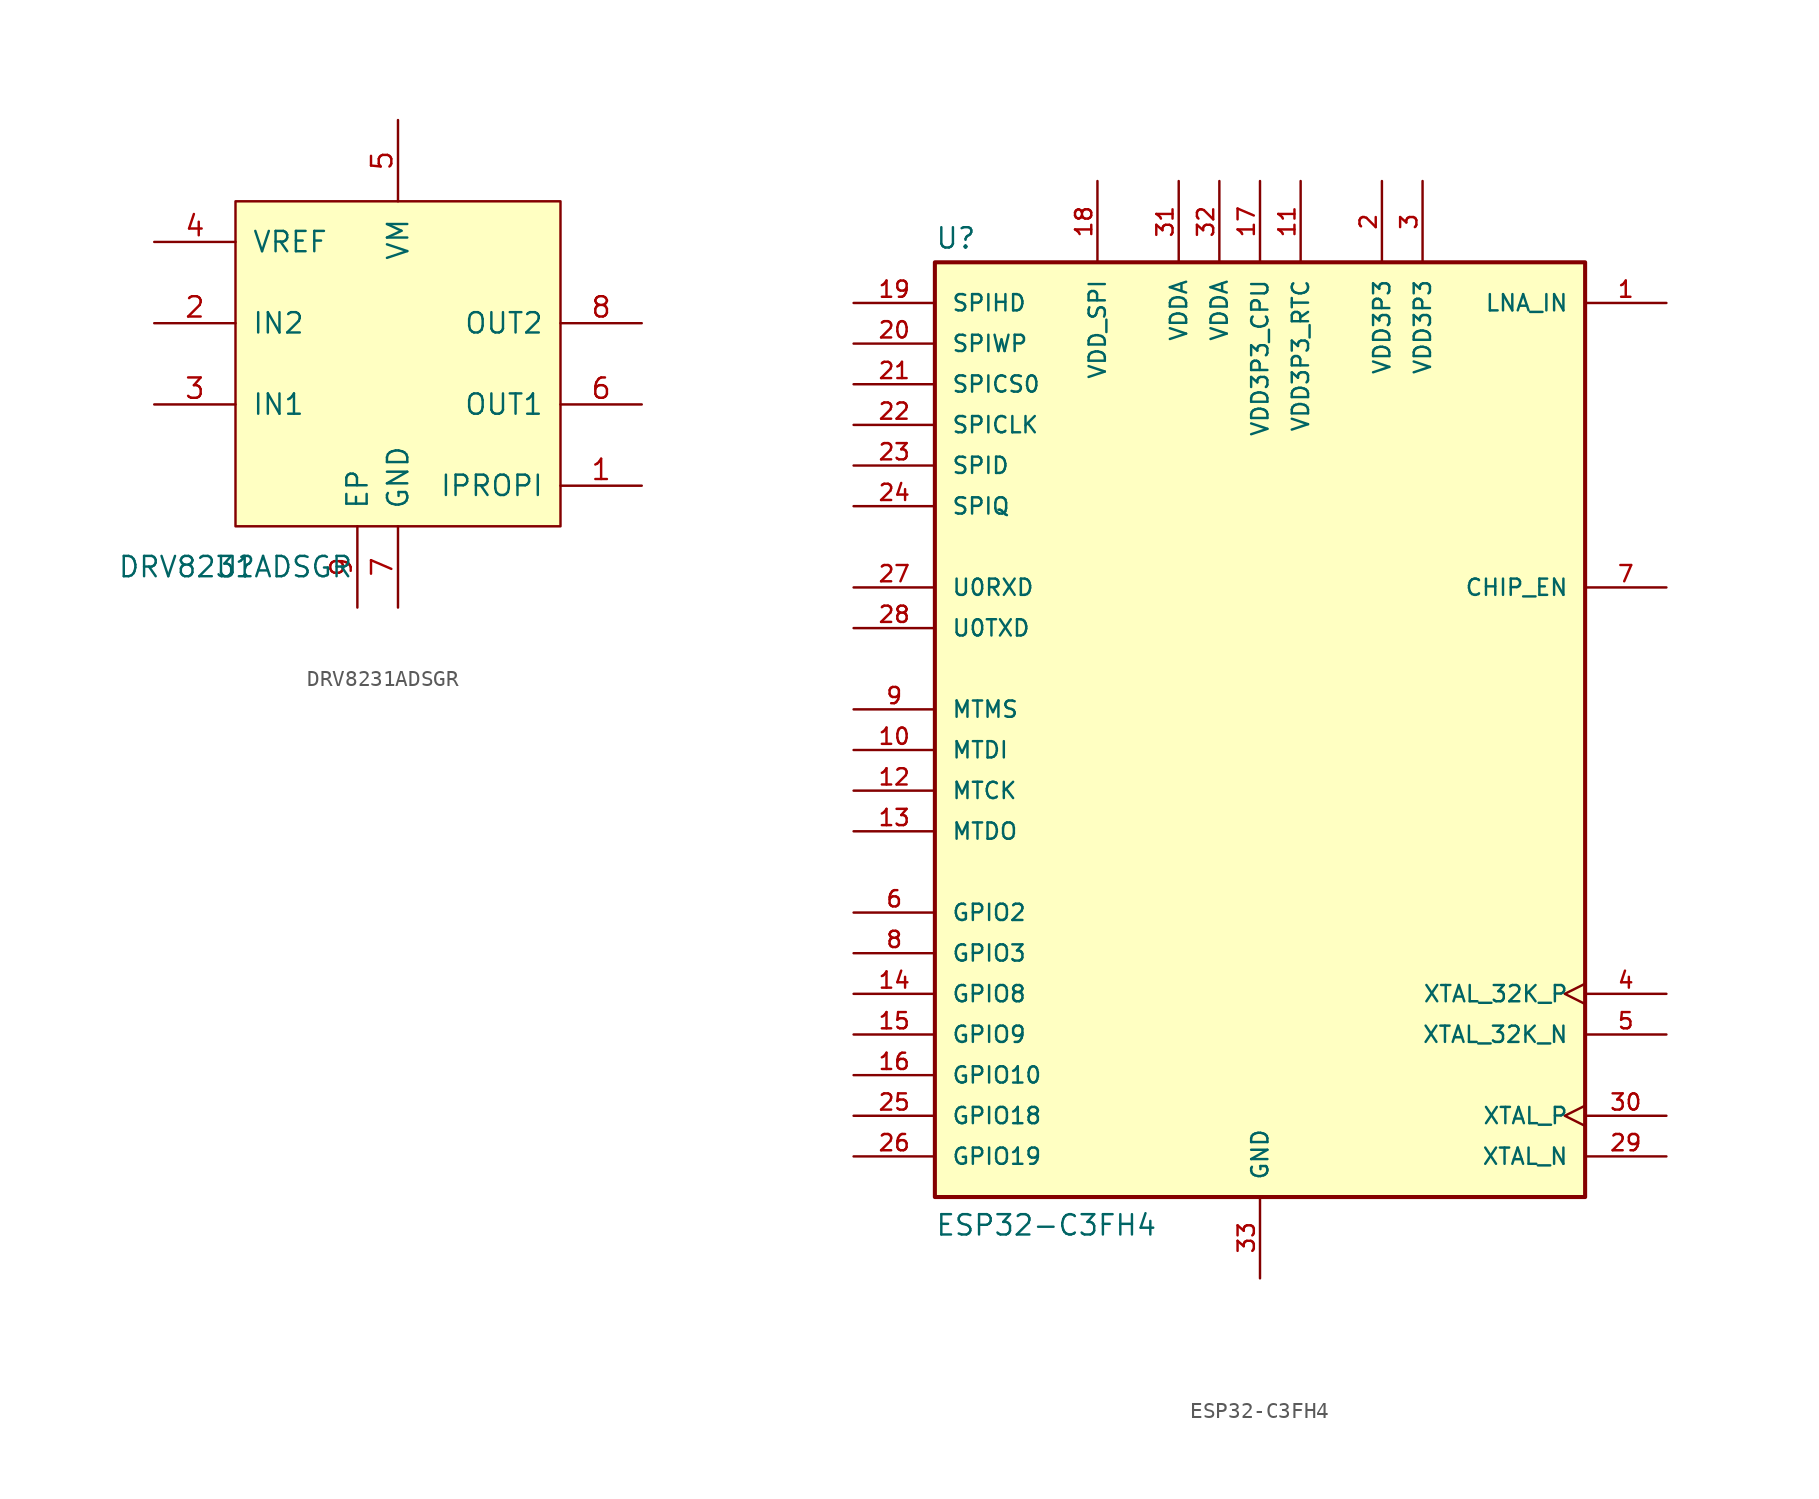
<source format=kicad_sym>
(kicad_symbol_lib
  (version 20231120)
  (generator "kicad_symbol_editor")
  (generator_version "8.0")
  (symbol "DRV8231ADSGR"
    (pin_names
      (offset 1.016))
    (property "Reference" "U"
      (at 0 0 0)
      (effects (font (size 1.27 1.27))))
    (property "Value" "DRV8231ADSGR"
      (at 0 0 0)
      (effects (font (size 1.27 1.27))))
    (symbol "DRV8231ADSGR_1_1"
      (rectangle (start 0 22.86) (end 20.32 2.54) (stroke (width 0) (type default)) (fill (type background)))
      (pin output line (at 25.4 5.08 180) (length 5.08) (name "IPROPI" (effects (font (size 1.27 1.27)))) (number "1" (effects (font (size 1.27 1.27)))))
      (pin input line (at -5.08 15.24 0) (length 5.08) (name "IN2" (effects (font (size 1.27 1.27)))) (number "2" (effects (font (size 1.27 1.27)))))
      (pin input line (at -5.08 10.16 0) (length 5.08) (name "IN1" (effects (font (size 1.27 1.27)))) (number "3" (effects (font (size 1.27 1.27)))))
      (pin input line (at -5.08 20.32 0) (length 5.08) (name "VREF" (effects (font (size 1.27 1.27)))) (number "4" (effects (font (size 1.27 1.27)))))
      (pin input line (at 10.16 27.94 270) (length 5.08) (name "VM" (effects (font (size 1.27 1.27)))) (number "5" (effects (font (size 1.27 1.27)))))
      (pin output line (at 25.4 10.16 180) (length 5.08) (name "OUT1" (effects (font (size 1.27 1.27)))) (number "6" (effects (font (size 1.27 1.27)))))
      (pin passive line (at 10.16 -2.54 90) (length 5.08) (name "GND" (effects (font (size 1.27 1.27)))) (number "7" (effects (font (size 1.27 1.27)))))
      (pin output line (at 25.4 15.24 180) (length 5.08) (name "OUT2" (effects (font (size 1.27 1.27)))) (number "8" (effects (font (size 1.27 1.27)))))
      (pin passive line (at 7.62 -2.54 90) (length 5.08) (name "EP" (effects (font (size 1.27 1.27)))) (number "9" (effects (font (size 1.27 1.27)))))))
  (symbol "ESP32-C3FH4"
    (pin_names
      (offset 1.016))
    (property "Reference" "U"
      (at -17.78 33.782 0)
      (effects (font (size 1.27 1.27)) (justify left bottom)))
    (property "Value" "ESP32-C3FH4"
      (at -17.78 -26.416 0)
      (effects (font (size 1.27 1.27)) (justify left top)))
    (symbol "ESP32-C3FH4_0_0"
      (rectangle (start -17.78 33.02) (end 22.86 -25.4) (stroke (width 0.254) (type default)) (fill (type background)))
      (pin bidirectional line (at 27.94 30.48 180) (length 5.08) (name "LNA_IN" (effects (font (size 1.016 1.016)))) (number "1" (effects (font (size 1.016 1.016)))))
      (pin bidirectional line (at -22.86 2.54 0) (length 5.08) (name "MTDI" (effects (font (size 1.016 1.016)))) (number "10" (effects (font (size 1.016 1.016)))))
      (pin power_in line (at 5.08 38.1 270) (length 5.08) (name "VDD3P3_RTC" (effects (font (size 1.016 1.016)))) (number "11" (effects (font (size 1.016 1.016)))))
      (pin bidirectional line (at -22.86 0 0) (length 5.08) (name "MTCK" (effects (font (size 1.016 1.016)))) (number "12" (effects (font (size 1.016 1.016)))))
      (pin bidirectional line (at -22.86 -2.54 0) (length 5.08) (name "MTDO" (effects (font (size 1.016 1.016)))) (number "13" (effects (font (size 1.016 1.016)))))
      (pin bidirectional line (at -22.86 -12.7 0) (length 5.08) (name "GPIO8" (effects (font (size 1.016 1.016)))) (number "14" (effects (font (size 1.016 1.016)))))
      (pin bidirectional line (at -22.86 -15.24 0) (length 5.08) (name "GPIO9" (effects (font (size 1.016 1.016)))) (number "15" (effects (font (size 1.016 1.016)))))
      (pin bidirectional line (at -22.86 -17.78 0) (length 5.08) (name "GPIO10" (effects (font (size 1.016 1.016)))) (number "16" (effects (font (size 1.016 1.016)))))
      (pin power_in line (at 2.54 38.1 270) (length 5.08) (name "VDD3P3_CPU" (effects (font (size 1.016 1.016)))) (number "17" (effects (font (size 1.016 1.016)))))
      (pin power_in line (at -7.62 38.1 270) (length 5.08) (name "VDD_SPI" (effects (font (size 1.016 1.016)))) (number "18" (effects (font (size 1.016 1.016)))))
      (pin bidirectional line (at -22.86 30.48 0) (length 5.08) (name "SPIHD" (effects (font (size 1.016 1.016)))) (number "19" (effects (font (size 1.016 1.016)))))
      (pin power_in line (at 10.16 38.1 270) (length 5.08) (name "VDD3P3" (effects (font (size 1.016 1.016)))) (number "2" (effects (font (size 1.016 1.016)))))
      (pin bidirectional line (at -22.86 27.94 0) (length 5.08) (name "SPIWP" (effects (font (size 1.016 1.016)))) (number "20" (effects (font (size 1.016 1.016)))))
      (pin bidirectional line (at -22.86 25.4 0) (length 5.08) (name "SPICS0" (effects (font (size 1.016 1.016)))) (number "21" (effects (font (size 1.016 1.016)))))
      (pin bidirectional line (at -22.86 22.86 0) (length 5.08) (name "SPICLK" (effects (font (size 1.016 1.016)))) (number "22" (effects (font (size 1.016 1.016)))))
      (pin bidirectional line (at -22.86 20.32 0) (length 5.08) (name "SPID" (effects (font (size 1.016 1.016)))) (number "23" (effects (font (size 1.016 1.016)))))
      (pin bidirectional line (at -22.86 17.78 0) (length 5.08) (name "SPIQ" (effects (font (size 1.016 1.016)))) (number "24" (effects (font (size 1.016 1.016)))))
      (pin bidirectional line (at -22.86 -20.32 0) (length 5.08) (name "GPIO18" (effects (font (size 1.016 1.016)))) (number "25" (effects (font (size 1.016 1.016)))))
      (pin bidirectional line (at -22.86 -22.86 0) (length 5.08) (name "GPIO19" (effects (font (size 1.016 1.016)))) (number "26" (effects (font (size 1.016 1.016)))))
      (pin bidirectional line (at -22.86 12.7 0) (length 5.08) (name "U0RXD" (effects (font (size 1.016 1.016)))) (number "27" (effects (font (size 1.016 1.016)))))
      (pin bidirectional line (at -22.86 10.16 0) (length 5.08) (name "U0TXD" (effects (font (size 1.016 1.016)))) (number "28" (effects (font (size 1.016 1.016)))))
      (pin output line (at 27.94 -22.86 180) (length 5.08) (name "XTAL_N" (effects (font (size 1.016 1.016)))) (number "29" (effects (font (size 1.016 1.016)))))
      (pin input clock (at 27.94 -20.32 180) (length 5.08) (name "XTAL_P" (effects (font (size 1.016 1.016)))) (number "30" (effects (font (size 1.016 1.016)))))
      (pin power_in line (at -2.54 38.1 270) (length 5.08) (name "VDDA" (effects (font (size 1.016 1.016)))) (number "31" (effects (font (size 1.016 1.016)))))
      (pin power_in line (at 2.54 -30.48 90) (length 5.08) (name "GND" (effects (font (size 1.016 1.016)))) (number "33" (effects (font (size 1.016 1.016)))))
      (pin bidirectional line (at -22.86 -7.62 0) (length 5.08) (name "GPIO2" (effects (font (size 1.016 1.016)))) (number "6" (effects (font (size 1.016 1.016)))))
      (pin input line (at 27.94 12.7 180) (length 5.08) (name "CHIP_EN" (effects (font (size 1.016 1.016)))) (number "7" (effects (font (size 1.016 1.016)))))
      (pin bidirectional line (at -22.86 -10.16 0) (length 5.08) (name "GPIO3" (effects (font (size 1.016 1.016)))) (number "8" (effects (font (size 1.016 1.016)))))
      (pin bidirectional line (at -22.86 5.08 0) (length 5.08) (name "MTMS" (effects (font (size 1.016 1.016)))) (number "9" (effects (font (size 1.016 1.016))))))
    (symbol "ESP32-C3FH4_1_0"
      (pin power_in line (at 12.7 38.1 270) (length 5.08) (name "VDD3P3" (effects (font (size 1.016 1.016)))) (number "3" (effects (font (size 1.016 1.016)))))
      (pin power_in line (at 0 38.1 270) (length 5.08) (name "VDDA" (effects (font (size 1.016 1.016)))) (number "32" (effects (font (size 1.016 1.016)))))
      (pin input clock (at 27.94 -12.7 180) (length 5.08) (name "XTAL_32K_P" (effects (font (size 1.016 1.016)))) (number "4" (effects (font (size 1.016 1.016)))))
      (pin output line (at 27.94 -15.24 180) (length 5.08) (name "XTAL_32K_N" (effects (font (size 1.016 1.016)))) (number "5" (effects (font (size 1.016 1.016))))))))
</source>
